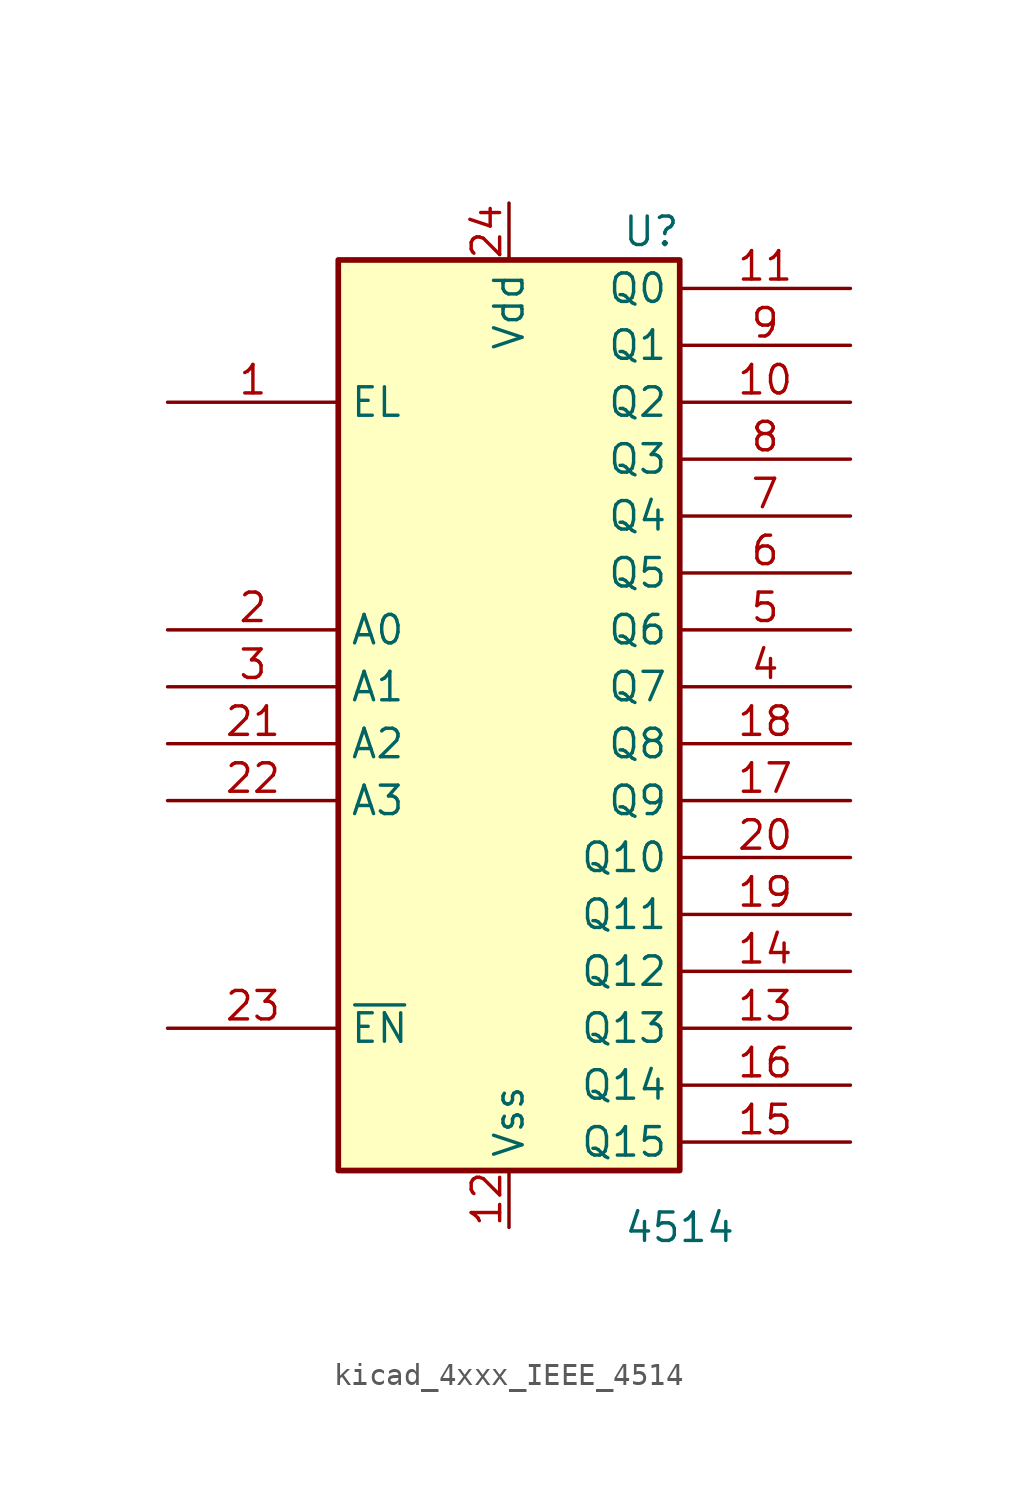
<source format=kicad_sym>
(kicad_symbol_lib
  (version 20220914)
  (generator kicad_symbol_editor)
  (symbol "kicad_4xxx_IEEE_4514"
    (property "Reference" "U"
      (at 6.35 21.59 0)
      (effects (font (size 1.27 1.27))))
    (property "Value" "4514"
      (at 7.62 -22.86 0)
      (effects (font (size 1.27 1.27))))
    (symbol "kicad_4xxx_IEEE_4514_0_1"
      (rectangle (start 7.62 20.32) (end -7.62 -20.32) (stroke (width 0.254) (type default)) (fill (type background))))
    (symbol "kicad_4xxx_IEEE_4514_1_1"
      (pin input line (at -15.24 13.97 0) (length 7.62) (name "EL" (effects (font (size 1.27 1.27)))) (number "1" (effects (font (size 1.27 1.27)))))
      (pin output line (at 15.24 13.97 180) (length 7.62) (name "Q2" (effects (font (size 1.27 1.27)))) (number "10" (effects (font (size 1.27 1.27)))))
      (pin output line (at 15.24 19.05 180) (length 7.62) (name "Q0" (effects (font (size 1.27 1.27)))) (number "11" (effects (font (size 1.27 1.27)))))
      (pin power_in line (at 0 -22.86 90) (length 2.54) (name "Vss" (effects (font (size 1.27 1.27)))) (number "12" (effects (font (size 1.27 1.27)))))
      (pin output line (at 15.24 -13.97 180) (length 7.62) (name "Q13" (effects (font (size 1.27 1.27)))) (number "13" (effects (font (size 1.27 1.27)))))
      (pin output line (at 15.24 -11.43 180) (length 7.62) (name "Q12" (effects (font (size 1.27 1.27)))) (number "14" (effects (font (size 1.27 1.27)))))
      (pin output line (at 15.24 -19.05 180) (length 7.62) (name "Q15" (effects (font (size 1.27 1.27)))) (number "15" (effects (font (size 1.27 1.27)))))
      (pin output line (at 15.24 -16.51 180) (length 7.62) (name "Q14" (effects (font (size 1.27 1.27)))) (number "16" (effects (font (size 1.27 1.27)))))
      (pin output line (at 15.24 -3.81 180) (length 7.62) (name "Q9" (effects (font (size 1.27 1.27)))) (number "17" (effects (font (size 1.27 1.27)))))
      (pin output line (at 15.24 -1.27 180) (length 7.62) (name "Q8" (effects (font (size 1.27 1.27)))) (number "18" (effects (font (size 1.27 1.27)))))
      (pin output line (at 15.24 -8.89 180) (length 7.62) (name "Q11" (effects (font (size 1.27 1.27)))) (number "19" (effects (font (size 1.27 1.27)))))
      (pin input line (at -15.24 3.81 0) (length 7.62) (name "A0" (effects (font (size 1.27 1.27)))) (number "2" (effects (font (size 1.27 1.27)))))
      (pin output line (at 15.24 -6.35 180) (length 7.62) (name "Q10" (effects (font (size 1.27 1.27)))) (number "20" (effects (font (size 1.27 1.27)))))
      (pin input line (at -15.24 -1.27 0) (length 7.62) (name "A2" (effects (font (size 1.27 1.27)))) (number "21" (effects (font (size 1.27 1.27)))))
      (pin input line (at -15.24 -3.81 0) (length 7.62) (name "A3" (effects (font (size 1.27 1.27)))) (number "22" (effects (font (size 1.27 1.27)))))
      (pin input line (at -15.24 -13.97 0) (length 7.62) (name "~{EN}" (effects (font (size 1.27 1.27)))) (number "23" (effects (font (size 1.27 1.27)))))
      (pin power_in line (at 0 22.86 270) (length 2.54) (name "Vdd" (effects (font (size 1.27 1.27)))) (number "24" (effects (font (size 1.27 1.27)))))
      (pin input line (at -15.24 1.27 0) (length 7.62) (name "A1" (effects (font (size 1.27 1.27)))) (number "3" (effects (font (size 1.27 1.27)))))
      (pin output line (at 15.24 1.27 180) (length 7.62) (name "Q7" (effects (font (size 1.27 1.27)))) (number "4" (effects (font (size 1.27 1.27)))))
      (pin output line (at 15.24 3.81 180) (length 7.62) (name "Q6" (effects (font (size 1.27 1.27)))) (number "5" (effects (font (size 1.27 1.27)))))
      (pin output line (at 15.24 6.35 180) (length 7.62) (name "Q5" (effects (font (size 1.27 1.27)))) (number "6" (effects (font (size 1.27 1.27)))))
      (pin output line (at 15.24 8.89 180) (length 7.62) (name "Q4" (effects (font (size 1.27 1.27)))) (number "7" (effects (font (size 1.27 1.27)))))
      (pin output line (at 15.24 11.43 180) (length 7.62) (name "Q3" (effects (font (size 1.27 1.27)))) (number "8" (effects (font (size 1.27 1.27)))))
      (pin output line (at 15.24 16.51 180) (length 7.62) (name "Q1" (effects (font (size 1.27 1.27)))) (number "9" (effects (font (size 1.27 1.27))))))))
</source>
